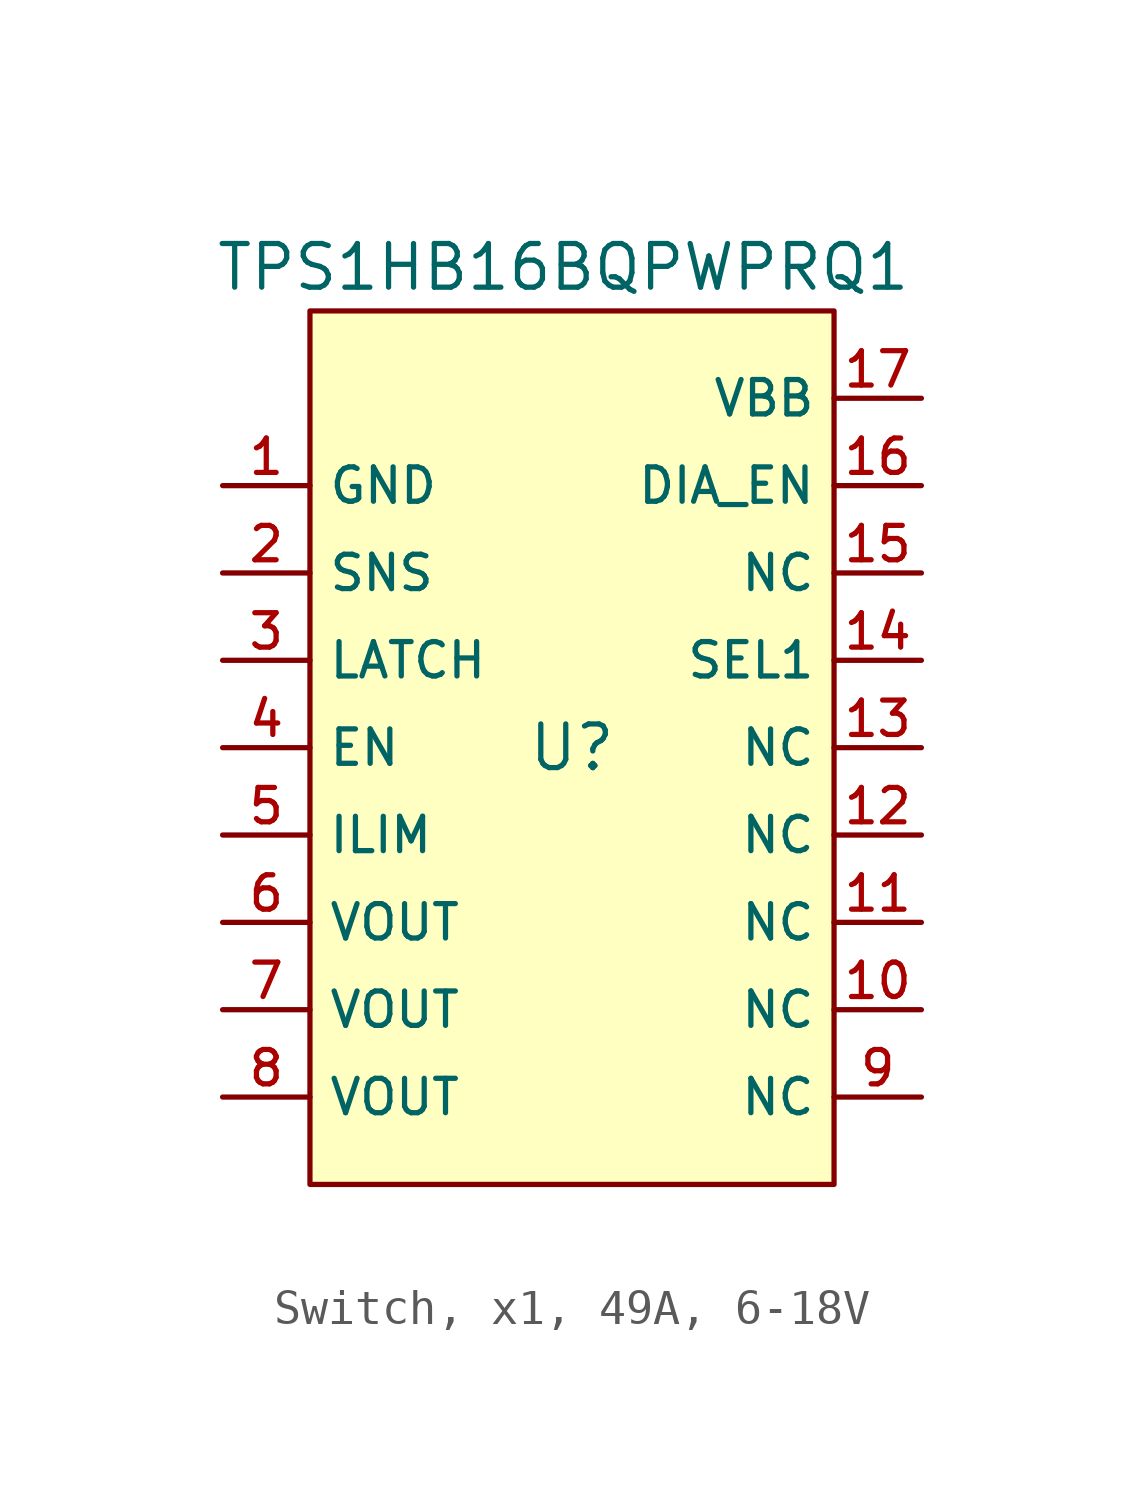
<source format=kicad_sym>
(kicad_symbol_lib
  (version 20231120)
  (generator "CDFER_Archive_Tool")
  (generator_version "0.0")
  (symbol "Switch, x1, 49A, 6-18V"
    (property "Reference" "U"
      (at 0 0 0)
      (effects (font (size 1.27 1.27))))
    (property "Value" "TPS1HB16BQPWPRQ1"
      (at -0.254 13.97 0)
      (effects (font (size 1.27 1.27))))
    (symbol "Switch, x1, 49A, 6-18V_0_1"
      (rectangle (start -7.62 12.7) (end 7.62 -12.7) (stroke (width 0) (type default)) (fill (type background)))
      (pin unspecified line (at -10.16 7.62 0) (length 2.54) (name "GND" (effects (font (size 1 1)))) (number "1" (effects (font (size 1 1)))))
      (pin unspecified line (at 10.16 -7.62 180) (length 2.54) (name "NC" (effects (font (size 1 1)))) (number "10" (effects (font (size 1 1)))))
      (pin unspecified line (at 10.16 -5.08 180) (length 2.54) (name "NC" (effects (font (size 1 1)))) (number "11" (effects (font (size 1 1)))))
      (pin unspecified line (at 10.16 -2.54 180) (length 2.54) (name "NC" (effects (font (size 1 1)))) (number "12" (effects (font (size 1 1)))))
      (pin unspecified line (at 10.16 0 180) (length 2.54) (name "NC" (effects (font (size 1 1)))) (number "13" (effects (font (size 1 1)))))
      (pin unspecified line (at 10.16 2.54 180) (length 2.54) (name "SEL1" (effects (font (size 1 1)))) (number "14" (effects (font (size 1 1)))))
      (pin unspecified line (at 10.16 5.08 180) (length 2.54) (name "NC" (effects (font (size 1 1)))) (number "15" (effects (font (size 1 1)))))
      (pin unspecified line (at 10.16 7.62 180) (length 2.54) (name "DIA_EN" (effects (font (size 1 1)))) (number "16" (effects (font (size 1 1)))))
      (pin unspecified line (at 10.16 10.16 180) (length 2.54) (name "VBB" (effects (font (size 1 1)))) (number "17" (effects (font (size 1 1)))))
      (pin unspecified line (at -10.16 5.08 0) (length 2.54) (name "SNS" (effects (font (size 1 1)))) (number "2" (effects (font (size 1 1)))))
      (pin unspecified line (at -10.16 2.54 0) (length 2.54) (name "LATCH" (effects (font (size 1 1)))) (number "3" (effects (font (size 1 1)))))
      (pin unspecified line (at -10.16 0 0) (length 2.54) (name "EN" (effects (font (size 1 1)))) (number "4" (effects (font (size 1 1)))))
      (pin unspecified line (at -10.16 -2.54 0) (length 2.54) (name "ILIM" (effects (font (size 1 1)))) (number "5" (effects (font (size 1 1)))))
      (pin unspecified line (at -10.16 -5.08 0) (length 2.54) (name "VOUT" (effects (font (size 1 1)))) (number "6" (effects (font (size 1 1)))))
      (pin unspecified line (at -10.16 -7.62 0) (length 2.54) (name "VOUT" (effects (font (size 1 1)))) (number "7" (effects (font (size 1 1)))))
      (pin unspecified line (at -10.16 -10.16 0) (length 2.54) (name "VOUT" (effects (font (size 1 1)))) (number "8" (effects (font (size 1 1)))))
      (pin unspecified line (at 10.16 -10.16 180) (length 2.54) (name "NC" (effects (font (size 1 1)))) (number "9" (effects (font (size 1 1))))))))
</source>
